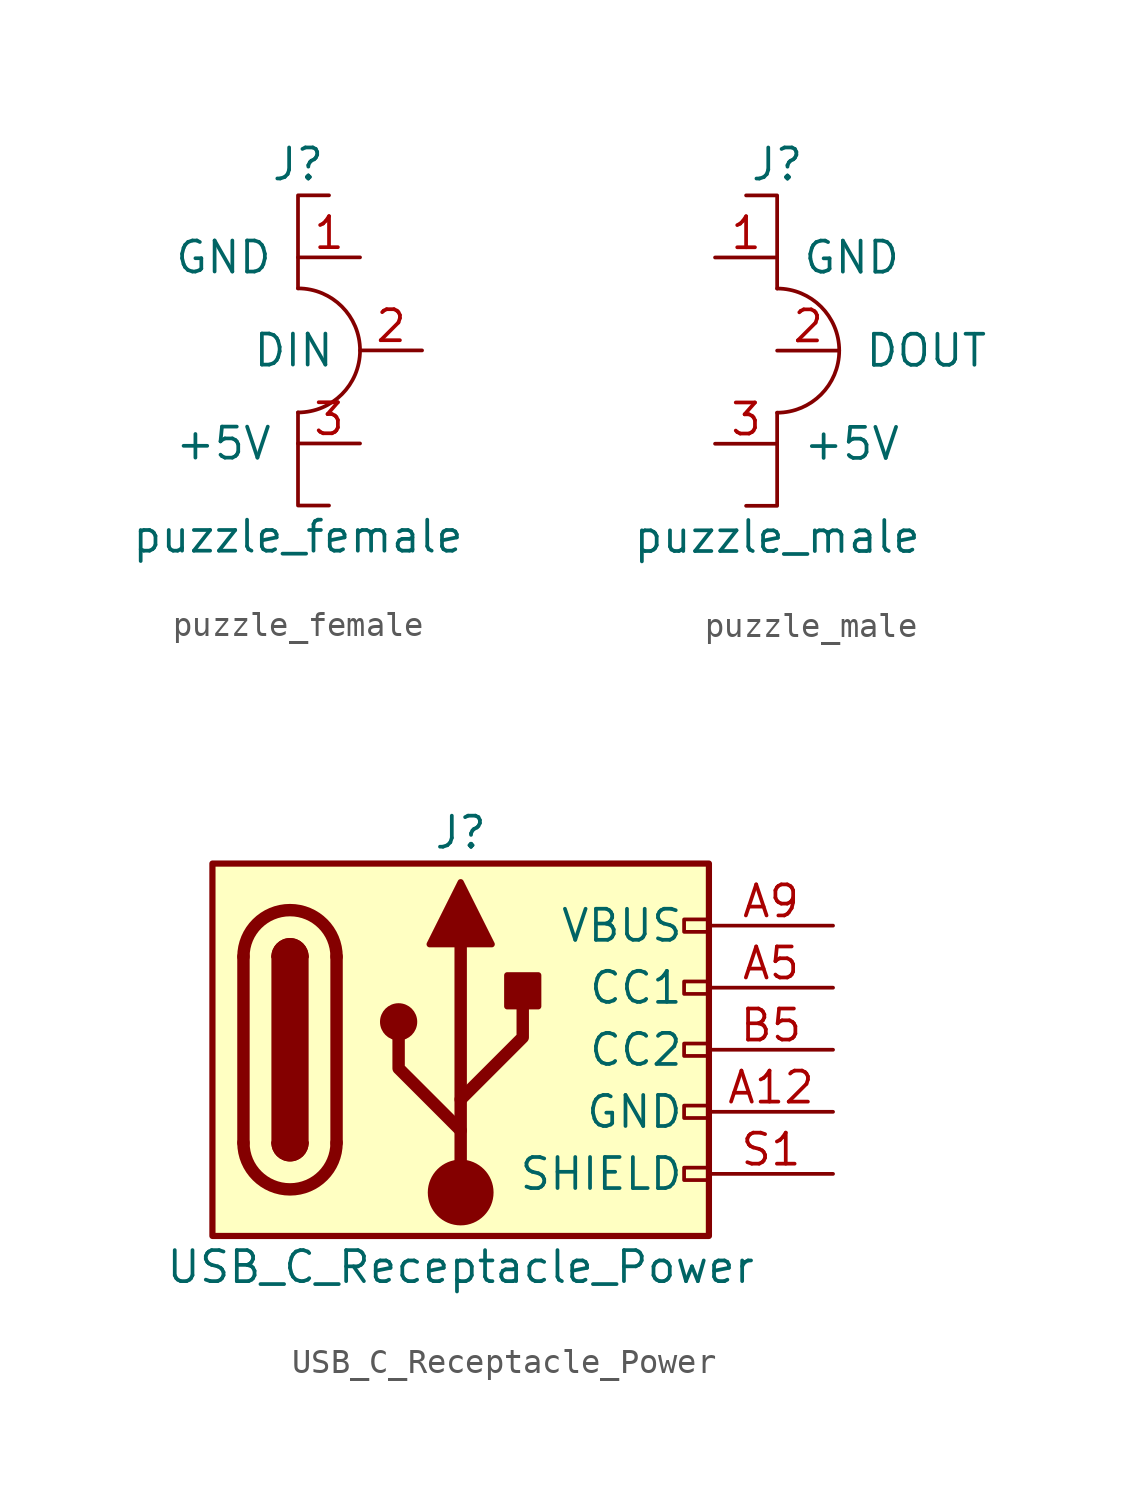
<source format=kicad_sym>
(kicad_symbol_lib
  (version 20211014)
  (generator kicad_symbol_editor)
  (symbol "puzzle_female"
    (pin_names
      (offset 1.016))
    (property "Reference" "J"
      (at 0 7.62 0)
      (effects (font (size 1.27 1.27))))
    (property "Value" "puzzle_female"
      (at 0 -7.62 0)
      (effects (font (size 1.27 1.27))))
    (symbol "puzzle_female_0_1"
      (arc (start 0 -2.54) (mid 2.54 0) (end 0 2.54) (stroke (width 0) (type default) (color 0 0 0 0)) (fill (type none)))
      (polyline (pts (xy 0 -2.54) (xy 0 -6.35) (xy 1.27 -6.35)) (stroke (width 0) (type default) (color 0 0 0 0)) (fill (type none)))
      (polyline (pts (xy 0 2.54) (xy 0 6.35) (xy 1.27 6.35)) (stroke (width 0) (type default) (color 0 0 0 0)) (fill (type none))))
    (symbol "puzzle_female_1_1"
      (pin power_out line (at 2.54 3.81 180) (length 2.54) (name "GND" (effects (font (size 1.27 1.27)))) (number "1" (effects (font (size 1.27 1.27)))))
      (pin output line (at 5.08 0 180) (length 2.54) (name "DIN" (effects (font (size 1.27 1.27)))) (number "2" (effects (font (size 1.27 1.27)))))
      (pin power_out line (at 2.54 -3.81 180) (length 2.54) (name "+5V" (effects (font (size 1.27 1.27)))) (number "3" (effects (font (size 1.27 1.27)))))))
  (symbol "puzzle_male"
    (pin_names
      (offset 1.016))
    (property "Reference" "J"
      (at 0 7.62 0)
      (effects (font (size 1.27 1.27))))
    (property "Value" "puzzle_male"
      (at 0 -7.62 0)
      (effects (font (size 1.27 1.27))))
    (symbol "puzzle_male_0_1"
      (arc (start 0 -2.54) (mid 2.54 0) (end 0 2.54) (stroke (width 0) (type default) (color 0 0 0 0)) (fill (type none)))
      (polyline (pts (xy 0 -2.54) (xy 0 -6.35) (xy -1.27 -6.35)) (stroke (width 0) (type default) (color 0 0 0 0)) (fill (type none)))
      (polyline (pts (xy 0 2.54) (xy 0 6.35) (xy -1.27 6.35)) (stroke (width 0) (type default) (color 0 0 0 0)) (fill (type none))))
    (symbol "puzzle_male_1_1"
      (pin power_in line (at -2.54 3.81 0) (length 2.54) (name "GND" (effects (font (size 1.27 1.27)))) (number "1" (effects (font (size 1.27 1.27)))))
      (pin input line (at 0 0 0) (length 2.54) (name "DOUT" (effects (font (size 1.27 1.27)))) (number "2" (effects (font (size 1.27 1.27)))))
      (pin power_in line (at -2.54 -3.81 0) (length 2.54) (name "+5V" (effects (font (size 1.27 1.27)))) (number "3" (effects (font (size 1.27 1.27)))))))
  (symbol "USB_C_Receptacle_Power"
    (pin_names
      (offset 1.016))
    (property "Reference" "J"
      (at 0 8.89 0)
      (effects (font (size 1.27 1.27))))
    (property "Value" "USB_C_Receptacle_Power"
      (at 0 -8.89 0)
      (effects (font (size 1.27 1.27))))
    (symbol "USB_C_Receptacle_Power_0_0"
      (rectangle (start 10.16 -4.826) (end 9.144 -5.334) (stroke (width 0) (type default) (color 0 0 0 0)) (fill (type none)))
      (rectangle (start 10.16 -2.286) (end 9.144 -2.794) (stroke (width 0) (type default) (color 0 0 0 0)) (fill (type none)))
      (rectangle (start 10.16 0.254) (end 9.144 -0.254) (stroke (width 0) (type default) (color 0 0 0 0)) (fill (type none)))
      (rectangle (start 10.16 2.794) (end 9.144 2.286) (stroke (width 0) (type default) (color 0 0 0 0)) (fill (type none))))
    (symbol "USB_C_Receptacle_Power_0_1"
      (rectangle (start -10.16 7.62) (end 10.16 -7.62) (stroke (width 0.254) (type default) (color 0 0 0 0)) (fill (type background)))
      (arc (start -8.89 -3.81) (mid -6.985 -5.715) (end -5.08 -3.81) (stroke (width 0.508) (type default) (color 0 0 0 0)) (fill (type none)))
      (arc (start -7.62 -3.81) (mid -6.985 -4.445) (end -6.35 -3.81) (stroke (width 0.254) (type default) (color 0 0 0 0)) (fill (type none)))
      (arc (start -7.62 -3.81) (mid -6.985 -4.445) (end -6.35 -3.81) (stroke (width 0.254) (type default) (color 0 0 0 0)) (fill (type outline)))
      (rectangle (start -7.62 -3.81) (end -6.35 3.81) (stroke (width 0.254) (type default) (color 0 0 0 0)) (fill (type outline)))
      (arc (start -6.35 3.81) (mid -6.985 4.445) (end -7.62 3.81) (stroke (width 0.254) (type default) (color 0 0 0 0)) (fill (type none)))
      (arc (start -6.35 3.81) (mid -6.985 4.445) (end -7.62 3.81) (stroke (width 0.254) (type default) (color 0 0 0 0)) (fill (type outline)))
      (arc (start -5.08 3.81) (mid -6.985 5.715) (end -8.89 3.81) (stroke (width 0.508) (type default) (color 0 0 0 0)) (fill (type none)))
      (circle (center -2.54 1.143) (radius 0.635) (stroke (width 0.254) (type default) (color 0 0 0 0)) (fill (type outline)))
      (circle (center 0 -5.842) (radius 1.27) (stroke (width 0) (type default) (color 0 0 0 0)) (fill (type outline)))
      (polyline (pts (xy -8.89 -3.81) (xy -8.89 3.81)) (stroke (width 0.508) (type default) (color 0 0 0 0)) (fill (type none)))
      (polyline (pts (xy -5.08 3.81) (xy -5.08 -3.81)) (stroke (width 0.508) (type default) (color 0 0 0 0)) (fill (type none)))
      (polyline (pts (xy 0 -5.842) (xy 0 4.318)) (stroke (width 0.508) (type default) (color 0 0 0 0)) (fill (type none)))
      (polyline (pts (xy 0 -3.302) (xy -2.54 -0.762) (xy -2.54 0.508)) (stroke (width 0.508) (type default) (color 0 0 0 0)) (fill (type none)))
      (polyline (pts (xy 0 -2.032) (xy 2.54 0.508) (xy 2.54 1.778)) (stroke (width 0.508) (type default) (color 0 0 0 0)) (fill (type none)))
      (polyline (pts (xy -1.27 4.318) (xy 0 6.858) (xy 1.27 4.318) (xy -1.27 4.318)) (stroke (width 0.254) (type default) (color 0 0 0 0)) (fill (type outline)))
      (rectangle (start 1.905 1.778) (end 3.175 3.048) (stroke (width 0.254) (type default) (color 0 0 0 0)) (fill (type outline))))
    (symbol "USB_C_Receptacle_Power_1_1"
      (rectangle (start 10.16 5.334) (end 9.144 4.826) (stroke (width 0) (type default) (color 0 0 0 0)) (fill (type none)))
      (pin passive line (at 15.24 -2.54 180) (length 5.08) (name "GND" (effects (font (size 1.27 1.27)))) (number "A12" (effects (font (size 1.27 1.27)))))
      (pin bidirectional line (at 15.24 2.54 180) (length 5.08) (name "CC1" (effects (font (size 1.27 1.27)))) (number "A5" (effects (font (size 1.27 1.27)))))
      (pin passive line (at 15.24 5.08 180) (length 5.08) (name "VBUS" (effects (font (size 1.27 1.27)))) (number "A9" (effects (font (size 1.27 1.27)))))
      (pin passive line (at 15.24 -2.54 180) (length 5.08) hide (name "GND" (effects (font (size 1.27 1.27)))) (number "B12" (effects (font (size 1.27 1.27)))))
      (pin bidirectional line (at 15.24 0 180) (length 5.08) (name "CC2" (effects (font (size 1.27 1.27)))) (number "B5" (effects (font (size 1.27 1.27)))))
      (pin passive line (at 15.24 5.08 180) (length 5.08) hide (name "VBUS" (effects (font (size 1.27 1.27)))) (number "B9" (effects (font (size 1.27 1.27)))))
      (pin passive line (at 15.24 -5.08 180) (length 5.08) (name "SHIELD" (effects (font (size 1.27 1.27)))) (number "S1" (effects (font (size 1.27 1.27))))))))
</source>
